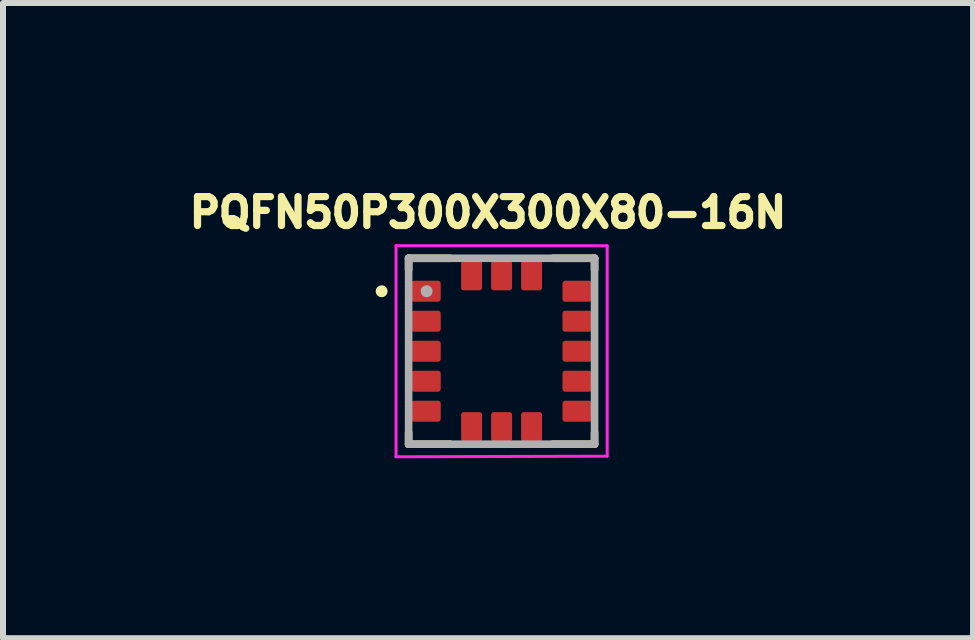
<source format=kicad_pcb>
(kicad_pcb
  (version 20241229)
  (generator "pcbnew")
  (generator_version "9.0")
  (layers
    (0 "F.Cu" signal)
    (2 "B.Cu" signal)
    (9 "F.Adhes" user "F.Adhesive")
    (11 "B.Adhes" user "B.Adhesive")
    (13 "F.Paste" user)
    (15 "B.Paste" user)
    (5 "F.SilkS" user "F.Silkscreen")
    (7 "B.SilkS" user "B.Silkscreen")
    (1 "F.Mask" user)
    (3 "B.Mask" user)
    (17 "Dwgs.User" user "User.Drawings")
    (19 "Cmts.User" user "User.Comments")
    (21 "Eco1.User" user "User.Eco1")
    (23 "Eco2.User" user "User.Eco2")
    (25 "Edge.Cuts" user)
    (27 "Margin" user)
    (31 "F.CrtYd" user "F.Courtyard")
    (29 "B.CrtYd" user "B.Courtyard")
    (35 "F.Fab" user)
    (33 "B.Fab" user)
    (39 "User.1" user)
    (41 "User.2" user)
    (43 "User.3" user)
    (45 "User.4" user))
  (footprint "PQFN50P300X300X80-16N"
    (layer "F.Cu")
    (at 5.313 2.806)
    (property "Reference" "PQFN50P300X300X80-16N" (at -0.227 -2.313 0) (layer "F.SilkS") (effects (font (size 0.482 0.482) (thickness 0.15))))
    (attr smd)
    (fp_line (start -1.55 -1.55) (end -0.86 -1.55) (stroke (width 0.127) (type solid)) (layer "F.SilkS"))
    (fp_line (start -1.55 -1.36) (end -1.55 -1.55) (stroke (width 0.127) (type solid)) (layer "F.SilkS"))
    (fp_line (start -1.55 1.36) (end -1.55 1.55) (stroke (width 0.127) (type solid)) (layer "F.SilkS"))
    (fp_line (start -1.55 1.55) (end -0.86 1.55) (stroke (width 0.127) (type solid)) (layer "F.SilkS"))
    (fp_line (start 0.86 -1.55) (end 1.55 -1.55) (stroke (width 0.127) (type solid)) (layer "F.SilkS"))
    (fp_line (start 0.86 1.55) (end 1.55 1.55) (stroke (width 0.127) (type solid)) (layer "F.SilkS"))
    (fp_line (start 1.55 -1.55) (end 1.55 -1.36) (stroke (width 0.127) (type solid)) (layer "F.SilkS"))
    (fp_line (start 1.55 1.55) (end 1.55 1.36) (stroke (width 0.127) (type solid)) (layer "F.SilkS"))
    (fp_circle (center -2 -1) (end -1.95 -1) (stroke (width 0.1) (type solid)) (fill no) (layer "F.SilkS"))
    (fp_line (start -1.76 -1.76) (end 1.76 -1.76) (stroke (width 0.05) (type solid)) (layer "F.CrtYd"))
    (fp_line (start -1.76 1.76) (end -1.76 -1.76) (stroke (width 0.05) (type solid)) (layer "F.CrtYd"))
    (fp_line (start 1.76 -1.76) (end 1.76 1.75) (stroke (width 0.05) (type solid)) (layer "F.CrtYd"))
    (fp_line (start 1.76 1.75) (end -1.76 1.76) (stroke (width 0.05) (type solid)) (layer "F.CrtYd"))
    (fp_line (start -1.55 -1.55) (end 1.55 -1.55) (stroke (width 0.127) (type solid)) (layer "F.Fab"))
    (fp_line (start -1.55 1.55) (end -1.55 -1.55) (stroke (width 0.127) (type solid)) (layer "F.Fab"))
    (fp_line (start 1.55 -1.55) (end 1.55 1.55) (stroke (width 0.127) (type solid)) (layer "F.Fab"))
    (fp_line (start 1.55 1.55) (end -1.55 1.55) (stroke (width 0.127) (type solid)) (layer "F.Fab"))
    (fp_circle (center -1.25 -1) (end -1.2 -1) (stroke (width 0.1) (type solid)) (fill no) (layer "F.Fab"))
    (pad "1" smd roundrect (at -1.26 -1) (size 0.49 0.35) (layers "F.Cu" "F.Mask" "F.Paste") (roundrect_rratio 0.125))
    (pad "2" smd roundrect (at -1.26 -0.5) (size 0.49 0.35) (layers "F.Cu" "F.Mask" "F.Paste") (roundrect_rratio 0.125))
    (pad "3" smd roundrect (at -1.26 0) (size 0.49 0.35) (layers "F.Cu" "F.Mask" "F.Paste") (roundrect_rratio 0.125))
    (pad "4" smd roundrect (at -1.26 0.5) (size 0.49 0.35) (layers "F.Cu" "F.Mask" "F.Paste") (roundrect_rratio 0.125))
    (pad "5" smd roundrect (at -1.26 1) (size 0.49 0.35) (layers "F.Cu" "F.Mask" "F.Paste") (roundrect_rratio 0.125))
    (pad "6" smd roundrect (at -0.5 1.26) (size 0.35 0.49) (layers "F.Cu" "F.Mask" "F.Paste") (roundrect_rratio 0.125))
    (pad "7" smd roundrect (at 0 1.26) (size 0.35 0.49) (layers "F.Cu" "F.Mask" "F.Paste") (roundrect_rratio 0.125))
    (pad "8" smd roundrect (at 0.5 1.26) (size 0.35 0.49) (layers "F.Cu" "F.Mask" "F.Paste") (roundrect_rratio 0.125))
    (pad "9" smd roundrect (at 1.26 1) (size 0.49 0.35) (layers "F.Cu" "F.Mask" "F.Paste") (roundrect_rratio 0.125))
    (pad "10" smd roundrect (at 1.26 0.5) (size 0.49 0.35) (layers "F.Cu" "F.Mask" "F.Paste") (roundrect_rratio 0.125))
    (pad "11" smd roundrect (at 1.26 0) (size 0.49 0.35) (layers "F.Cu" "F.Mask" "F.Paste") (roundrect_rratio 0.125))
    (pad "12" smd roundrect (at 1.26 -0.5) (size 0.49 0.35) (layers "F.Cu" "F.Mask" "F.Paste") (roundrect_rratio 0.125))
    (pad "13" smd roundrect (at 1.26 -1) (size 0.49 0.35) (layers "F.Cu" "F.Mask" "F.Paste") (roundrect_rratio 0.125))
    (pad "14" smd roundrect (at 0.5 -1.26) (size 0.35 0.49) (layers "F.Cu" "F.Mask" "F.Paste") (roundrect_rratio 0.125))
    (pad "15" smd roundrect (at 0 -1.26) (size 0.35 0.49) (layers "F.Cu" "F.Mask" "F.Paste") (roundrect_rratio 0.125))
    (pad "16" smd roundrect (at -0.5 -1.26) (size 0.35 0.49) (layers "F.Cu" "F.Mask" "F.Paste") (roundrect_rratio 0.125))
    (zone (net_name "") (layer "F.Cu") (hatch full 0.508) (connect_pads) (min_thickness 0.01) (filled_areas_thickness no) (keepout (tracks not_allowed) (vias not_allowed) (pads not_allowed) (copperpour not_allowed) (footprints allowed)) (placement (enabled no)) (fill) (polygon (pts (xy 4.513 2.006) (xy 6.113 2.006) (xy 6.113 3.606) (xy 4.513 3.606))))
    (zone (net_name "") (layers "F.Cu" "B.Cu") (hatch full 0.508) (connect_pads) (min_thickness 0.01) (filled_areas_thickness no) (keepout (tracks allowed) (vias not_allowed) (pads allowed) (copperpour allowed) (footprints allowed)) (placement (enabled no)) (fill) (polygon (pts (xy 4.513 2.006) (xy 6.113 2.006) (xy 6.113 3.606) (xy 4.513 3.606)))))
  (gr_rect
    (start -3 -3)
    (end 13.173 7.591)
    (stroke (width 0.1) (type default))
    (fill no)
    (layer "Edge.Cuts")))
</source>
